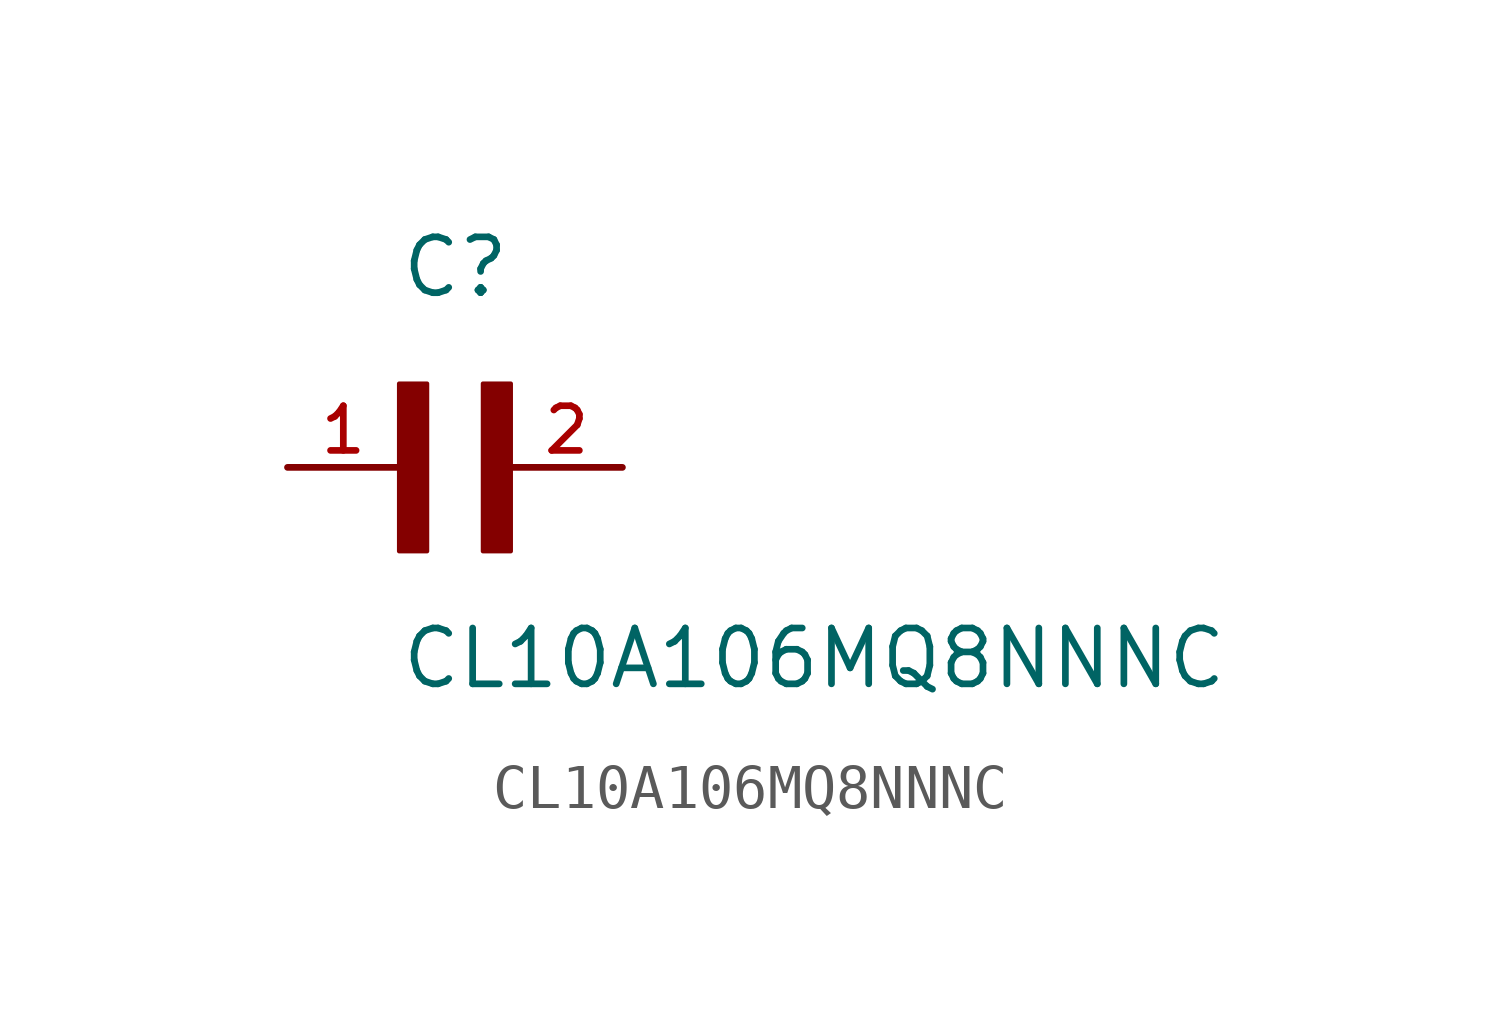
<source format=kicad_sym>
(kicad_symbol_lib
  (version 20211014)
  (generator kicad_symbol_editor)
  (symbol "CL10A106MQ8NNNC"
    (pin_names
      (offset 1.016))
    (property "Reference" "C"
      (at 0.0 3.811 0)
      (effects (font (size 1.27 1.27)) (justify bottom left)))
    (property "Value" "CL10A106MQ8NNNC"
      (at 0.0 -5.088 0)
      (effects (font (size 1.27 1.27)) (justify bottom left)))
    (symbol "CL10A106MQ8NNNC_0_0"
      (rectangle (start 0.0 -1.907) (end 0.635 1.905) (stroke (width 0.1)) (fill (type outline)))
      (rectangle (start 1.907 -1.907) (end 2.54 1.905) (stroke (width 0.1)) (fill (type outline)))
      (pin passive line (at 5.08 0.0 180.0) (length 2.54) (name "~" (effects (font (size 1.016 1.016)))) (number "2" (effects (font (size 1.016 1.016)))))
      (pin passive line (at -2.54 0.0 0) (length 2.54) (name "~" (effects (font (size 1.016 1.016)))) (number "1" (effects (font (size 1.016 1.016))))))))
</source>
